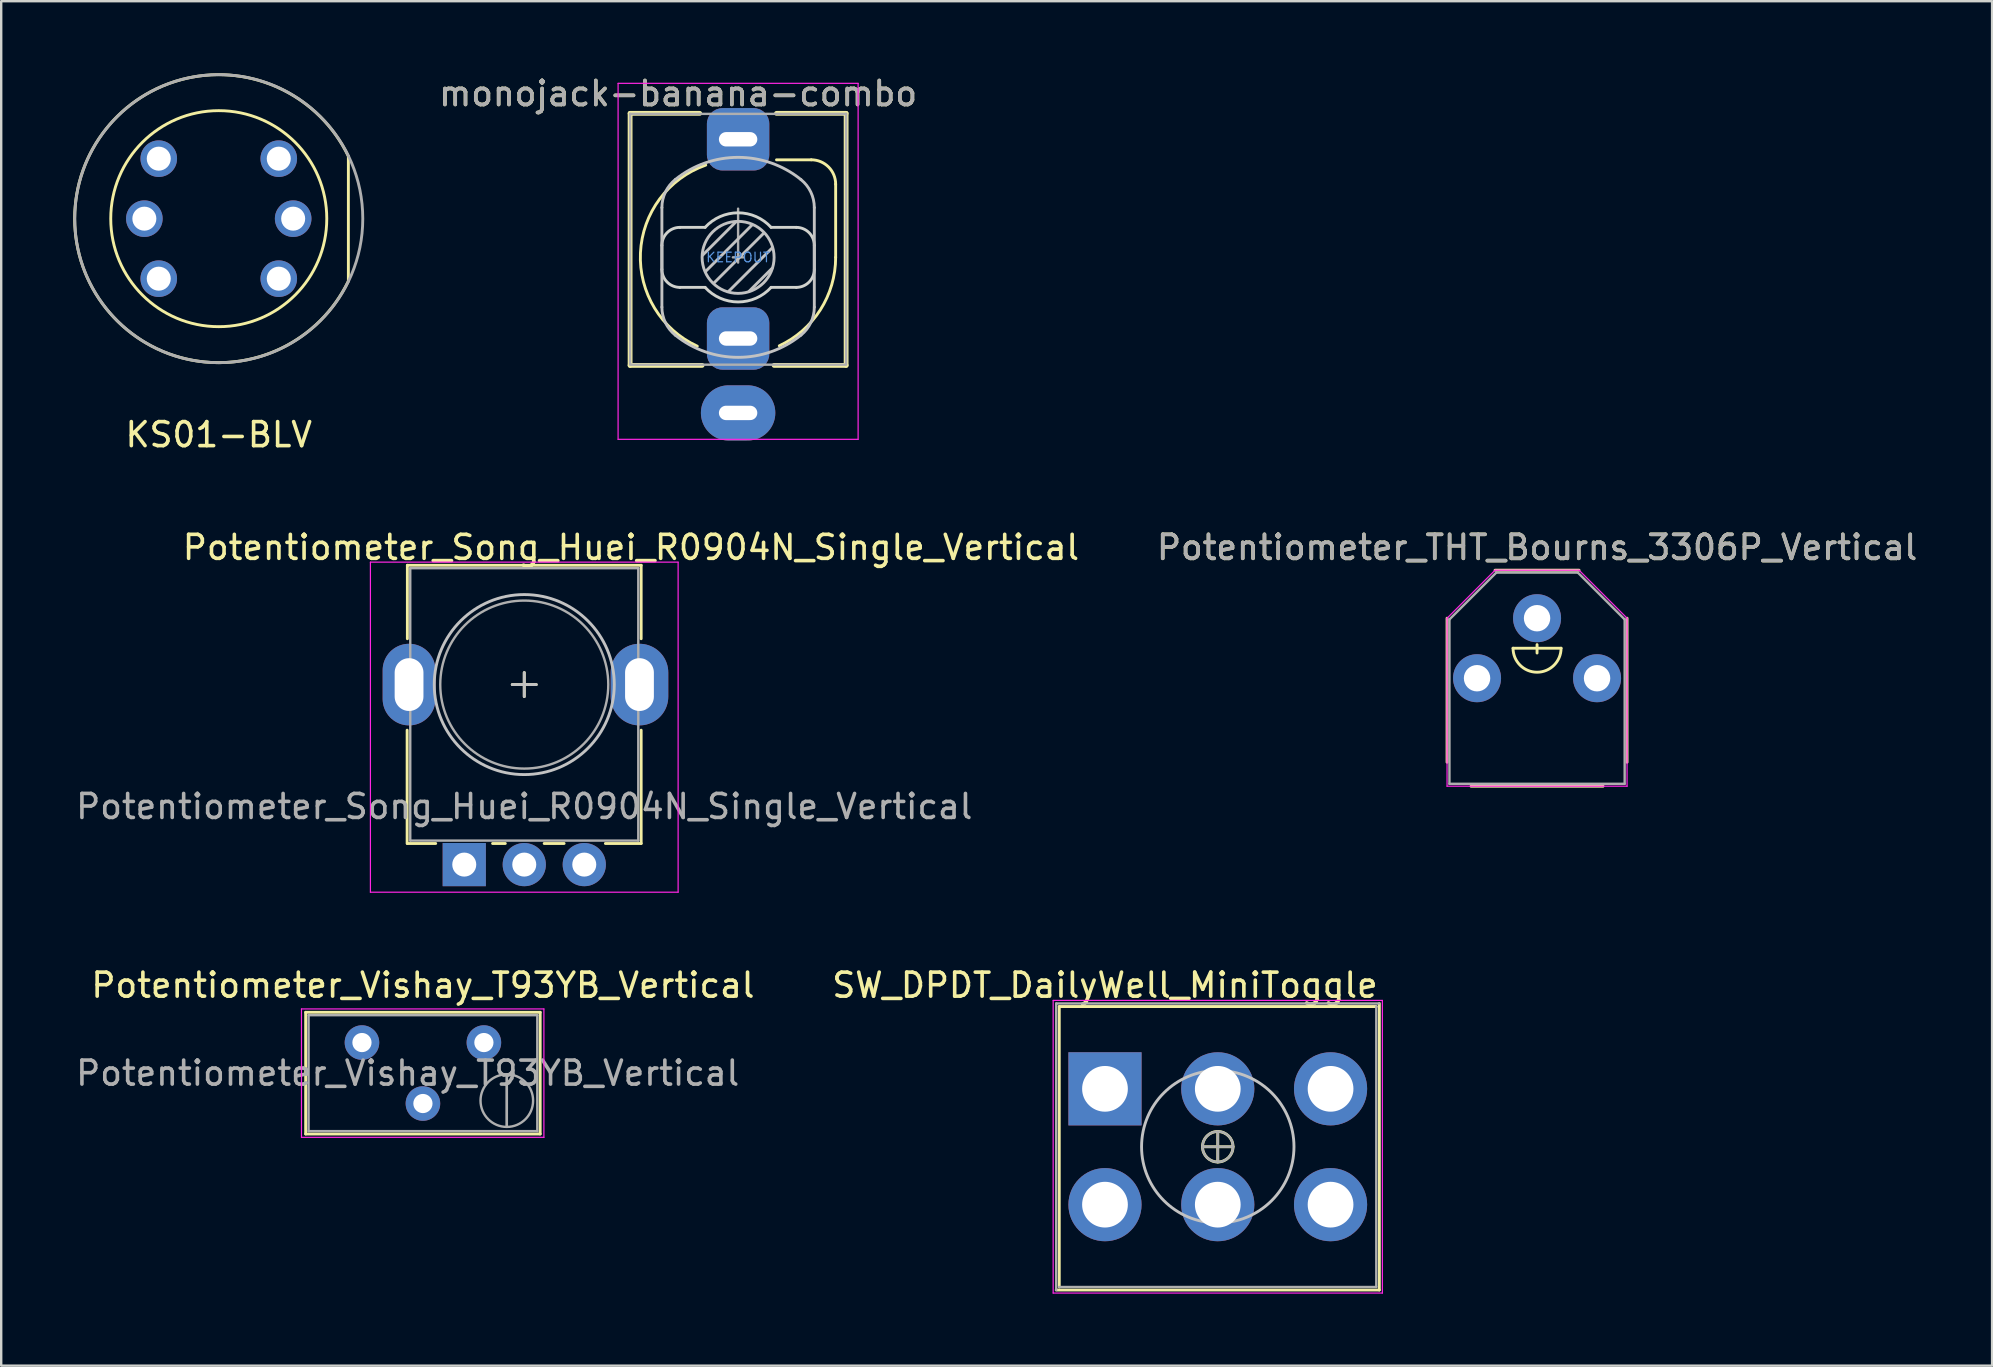
<source format=kicad_pcb>
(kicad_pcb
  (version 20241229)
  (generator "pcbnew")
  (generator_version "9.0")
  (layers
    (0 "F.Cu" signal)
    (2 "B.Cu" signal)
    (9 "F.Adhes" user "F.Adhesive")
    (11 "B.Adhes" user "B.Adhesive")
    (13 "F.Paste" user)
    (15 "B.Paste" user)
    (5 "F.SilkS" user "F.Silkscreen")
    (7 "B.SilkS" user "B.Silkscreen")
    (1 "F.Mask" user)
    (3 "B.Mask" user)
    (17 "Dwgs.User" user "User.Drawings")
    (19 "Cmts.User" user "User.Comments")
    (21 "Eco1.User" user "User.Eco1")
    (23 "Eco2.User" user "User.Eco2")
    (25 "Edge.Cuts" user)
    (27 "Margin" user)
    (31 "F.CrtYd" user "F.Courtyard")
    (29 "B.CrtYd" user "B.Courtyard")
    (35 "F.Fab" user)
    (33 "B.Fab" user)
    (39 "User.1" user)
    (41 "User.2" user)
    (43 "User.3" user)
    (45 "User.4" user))
  (footprint "Potentiometer_THT_Bourns_3306P_Vertical"
    (layer "F.Cu")
    (at 60.987 23.956)
    (property "Reference" "Potentiometer_THT_Bourns_3306P_Vertical" (at 0 -4.2 0) (layer "F.SilkS") (effects (font (size 1 1) (thickness 0.15))))
    (attr through_hole)
    (fp_line (start -3.75 -1.25) (end -3.75 4.75) (stroke (width 0.12) (type solid)) (layer "F.SilkS"))
    (fp_line (start -2.75 5.75) (end 2.75 5.75) (stroke (width 0.12) (type solid)) (layer "F.SilkS"))
    (fp_line (start -1.75 -3.25) (end 1.75 -3.25) (stroke (width 0.12) (type solid)) (layer "F.SilkS"))
    (fp_line (start 0 0.2) (end 0 -0.15) (stroke (width 0.12) (type solid)) (layer "F.SilkS"))
    (fp_line (start 1 0) (end -1 0) (stroke (width 0.12) (type solid)) (layer "F.SilkS"))
    (fp_line (start 3.75 4.75) (end 3.75 -1.25) (stroke (width 0.12) (type solid)) (layer "F.SilkS"))
    (fp_arc (start 1 0) (mid 0 1) (end -1 0) (stroke (width 0.12) (type solid)) (layer "F.SilkS"))
    (fp_line (start -3.75 -1.25) (end -3.75 5.75) (stroke (width 0.05) (type solid)) (layer "F.CrtYd"))
    (fp_line (start -3.75 5.75) (end 3.75 5.75) (stroke (width 0.05) (type solid)) (layer "F.CrtYd"))
    (fp_line (start -1.75 -3.25) (end -3.75 -1.25) (stroke (width 0.05) (type solid)) (layer "F.CrtYd"))
    (fp_line (start -1.75 -3.25) (end 1.75 -3.25) (stroke (width 0.05) (type solid)) (layer "F.CrtYd"))
    (fp_line (start 1.75 -3.25) (end 3.75 -1.25) (stroke (width 0.05) (type solid)) (layer "F.CrtYd"))
    (fp_line (start 3.75 -1.25) (end 3.75 5.75) (stroke (width 0.05) (type solid)) (layer "F.CrtYd"))
    (fp_line (start -3.65 -1.2) (end -1.7 -3.15) (stroke (width 0.1) (type solid)) (layer "F.Fab"))
    (fp_line (start -3.65 5.65) (end -3.65 -1.2) (stroke (width 0.1) (type solid)) (layer "F.Fab"))
    (fp_line (start -1.7 -3.15) (end 1.7 -3.15) (stroke (width 0.1) (type solid)) (layer "F.Fab"))
    (fp_line (start 1.7 -3.15) (end 3.65 -1.2) (stroke (width 0.1) (type solid)) (layer "F.Fab"))
    (fp_line (start 3.65 -1.2) (end 3.65 5.65) (stroke (width 0.1) (type solid)) (layer "F.Fab"))
    (fp_line (start 3.65 5.65) (end -3.65 5.65) (stroke (width 0.1) (type solid)) (layer "F.Fab"))
    (fp_text user "${REFERENCE}" (at 0 -4.2 0) (layer "F.Fab") (effects (font (size 1 1) (thickness 0.15))))
    (pad "1" thru_hole circle (at -2.5 1.25) (size 2 2) (drill 1.1) (layers "*.Cu" "*.Mask"))
    (pad "2" thru_hole circle (at 0 -1.25) (size 2 2) (drill 1.1) (layers "*.Cu" "*.Mask"))
    (pad "3" thru_hole circle (at 2.5 1.25) (size 2 2) (drill 1.1) (layers "*.Cu" "*.Mask")))
  (footprint "Potentiometer_Song_Huei_R0904N_Single_Vertical"
    (layer "F.Cu")
    (at 18.792 25.471)
    (property "Reference" "Potentiometer_Song_Huei_R0904N_Single_Vertical" (at 4.445 -5.715 0) (layer "F.SilkS") (effects (font (size 1 1) (thickness 0.15))))
    (attr through_hole)
    (fp_line (start -4.88 6.62) (end -4.88 1.9) (stroke (width 0.12) (type solid)) (layer "F.SilkS"))
    (fp_line (start -4.87 -1.91) (end -4.87 -4.97) (stroke (width 0.12) (type solid)) (layer "F.SilkS"))
    (fp_line (start -3.69 6.62) (end -4.87 6.62) (stroke (width 0.12) (type solid)) (layer "F.SilkS"))
    (fp_line (start -0.79 6.62) (end -1.32 6.62) (stroke (width 0.12) (type solid)) (layer "F.SilkS"))
    (fp_line (start -0.5 0) (end 0.5 0) (stroke (width 0.12) (type solid)) (layer "F.SilkS"))
    (fp_line (start 0 -0.5) (end 0 0.5) (stroke (width 0.12) (type solid)) (layer "F.SilkS"))
    (fp_line (start 1.66 6.62) (end 0.83 6.62) (stroke (width 0.12) (type solid)) (layer "F.SilkS"))
    (fp_line (start 4.87 -4.97) (end -4.87 -4.97) (stroke (width 0.12) (type solid)) (layer "F.SilkS"))
    (fp_line (start 4.87 -1.91) (end 4.87 -4.97) (stroke (width 0.12) (type solid)) (layer "F.SilkS"))
    (fp_line (start 4.87 6.62) (end 3.38 6.62) (stroke (width 0.12) (type solid)) (layer "F.SilkS"))
    (fp_line (start 4.87 6.62) (end 4.87 1.9) (stroke (width 0.12) (type solid)) (layer "F.SilkS"))
    (fp_line (start -0.5 0) (end 0.5 0) (stroke (width 0.12) (type solid)) (layer "Dwgs.User"))
    (fp_line (start 0 0.5) (end 0 -0.5) (stroke (width 0.12) (type solid)) (layer "Dwgs.User"))
    (fp_circle (center 0 0) (end 3.75 0) (stroke (width 0.12) (type solid)) (fill no) (layer "Dwgs.User"))
    (fp_line (start -6.41 -5.1) (end -6.41 8.65) (stroke (width 0.05) (type solid)) (layer "F.CrtYd"))
    (fp_line (start -6.41 8.65) (end 6.41 8.65) (stroke (width 0.05) (type solid)) (layer "F.CrtYd"))
    (fp_line (start 6.41 -5.1) (end -6.41 -5.1) (stroke (width 0.05) (type solid)) (layer "F.CrtYd"))
    (fp_line (start 6.41 8.65) (end 6.41 -5.1) (stroke (width 0.05) (type solid)) (layer "F.CrtYd"))
    (fp_line (start -4.75 6.5) (end -4.75 -4.85) (stroke (width 0.1) (type solid)) (layer "F.Fab"))
    (fp_line (start 4.75 -4.85) (end -4.75 -4.85) (stroke (width 0.1) (type solid)) (layer "F.Fab"))
    (fp_line (start 4.75 6.5) (end -4.75 6.5) (stroke (width 0.1) (type solid)) (layer "F.Fab"))
    (fp_line (start 4.75 6.5) (end 4.75 -4.85) (stroke (width 0.1) (type solid)) (layer "F.Fab"))
    (fp_circle (center 0 0) (end -3.5 0) (stroke (width 0.1) (type solid)) (fill no) (layer "F.Fab"))
    (fp_text user "${REFERENCE}" (at 0 5.08 180) (layer "F.Fab") (effects (font (size 1 1) (thickness 0.15))))
    (pad "" thru_hole oval (at -4.8 0 180) (size 2.2 3.4) (drill oval 1.2 2.2) (layers "*.Cu" "*.Mask"))
    (pad "" thru_hole oval (at 4.8 0 180) (size 2.4 3.4) (drill oval 1.2 2.2) (layers "*.Cu" "*.Mask"))
    (pad "1" thru_hole rect (at -2.5 7.5 180) (size 1.8 1.8) (drill 1) (layers "*.Cu" "*.Mask"))
    (pad "2" thru_hole circle (at 0 7.5 180) (size 1.8 1.8) (drill 1) (layers "*.Cu" "*.Mask"))
    (pad "3" thru_hole circle (at 2.5 7.5 180) (size 1.8 1.8) (drill 1) (layers "*.Cu" "*.Mask")))
  (footprint "SW_DPDT_DailyWell_MiniToggle"
    (layer "F.Cu")
    (at 47.685 44.726)
    (property "Reference" "SW_DPDT_DailyWell_MiniToggle" (at -4.699 -6.731 0) (layer "F.SilkS") (effects (font (size 1 1) (thickness 0.15))))
    (attr through_hole)
    (fp_line (start -6.604 -5.842) (end 6.604 -5.842) (stroke (width 0.12) (type solid)) (layer "F.SilkS"))
    (fp_line (start -6.604 5.842) (end -6.604 -5.842) (stroke (width 0.12) (type solid)) (layer "F.SilkS"))
    (fp_line (start 0 -0.635) (end 0 0.635) (stroke (width 0.12) (type solid)) (layer "F.SilkS"))
    (fp_line (start 0.635 0) (end -0.635 0) (stroke (width 0.12) (type solid)) (layer "F.SilkS"))
    (fp_line (start 6.731 -5.969) (end 6.731 5.969) (stroke (width 0.12) (type solid)) (layer "F.SilkS"))
    (fp_line (start 6.731 5.969) (end -6.731 5.969) (stroke (width 0.12) (type solid)) (layer "F.SilkS"))
    (fp_circle (center 0 0) (end 0.635 0) (stroke (width 0.12) (type solid)) (fill no) (layer "F.SilkS"))
    (fp_circle (center 0 0) (end 0 3.175) (stroke (width 0.12) (type solid)) (fill no) (layer "Dwgs.User"))
    (fp_line (start -6.858 -6.096) (end -6.858 6.096) (stroke (width 0.05) (type solid)) (layer "F.CrtYd"))
    (fp_line (start -6.858 6.096) (end 6.858 6.096) (stroke (width 0.05) (type solid)) (layer "F.CrtYd"))
    (fp_line (start 6.858 -6.096) (end -6.858 -6.096) (stroke (width 0.05) (type solid)) (layer "F.CrtYd"))
    (fp_line (start 6.858 6.096) (end 6.858 -6.096) (stroke (width 0.05) (type solid)) (layer "F.CrtYd"))
    (fp_line (start -6.731 -5.969) (end 6.731 -5.969) (stroke (width 0.1) (type solid)) (layer "F.Fab"))
    (fp_line (start -6.731 5.969) (end -6.731 -5.969) (stroke (width 0.1) (type solid)) (layer "F.Fab"))
    (fp_line (start 0 -0.635) (end 0 0.635) (stroke (width 0.1) (type solid)) (layer "F.Fab"))
    (fp_line (start 0.635 0) (end -0.635 0) (stroke (width 0.1) (type solid)) (layer "F.Fab"))
    (fp_line (start 6.604 -5.842) (end 6.604 5.842) (stroke (width 0.1) (type solid)) (layer "F.Fab"))
    (fp_line (start 6.604 5.842) (end -6.604 5.842) (stroke (width 0.1) (type solid)) (layer "F.Fab"))
    (fp_circle (center 0 0) (end 0.635 0) (stroke (width 0.1) (type solid)) (fill no) (layer "F.Fab"))
    (pad "1" thru_hole rect (at -4.699 -2.413) (size 3.048 3.048) (drill 1.905) (layers "*.Cu" "*.Mask"))
    (pad "2" thru_hole circle (at 0 -2.413) (size 3.048 3.048) (drill 1.905) (layers "*.Cu" "*.Mask"))
    (pad "3" thru_hole circle (at 4.699 -2.413) (size 3.048 3.048) (drill 1.905) (layers "*.Cu" "*.Mask"))
    (pad "4" thru_hole circle (at -4.699 2.413) (size 3.048 3.048) (drill 1.905) (layers "*.Cu" "*.Mask"))
    (pad "5" thru_hole circle (at 0 2.413) (size 3.048 3.048) (drill 1.905) (layers "*.Cu" "*.Mask"))
    (pad "6" thru_hole circle (at 4.699 2.413) (size 3.048 3.048) (drill 1.905) (layers "*.Cu" "*.Mask")))
  (footprint "monojack-banana-combo"
    (layer "F.Cu")
    (at 27.701 7.673)
    (property "Reference" "monojack-banana-combo" (at -2.5 -6.825 0) (layer "F.SilkS") (effects (font (size 1 1) (thickness 0.15))))
    (attr through_hole)
    (fp_line (start -4.5 -6) (end -1.6 -6) (stroke (width 0.2) (type solid)) (layer "F.SilkS"))
    (fp_line (start -4.5 4.5) (end -4.5 -6) (stroke (width 0.2) (type solid)) (layer "F.SilkS"))
    (fp_line (start -4.5 4.5) (end -1.5 4.5) (stroke (width 0.2) (type solid)) (layer "F.SilkS"))
    (fp_line (start 1.5 4.5) (end 4.5 4.5) (stroke (width 0.2) (type solid)) (layer "F.SilkS"))
    (fp_line (start 1.6 -6) (end 4.5 -6) (stroke (width 0.2) (type solid)) (layer "F.SilkS"))
    (fp_line (start 1.6 -4.065) (end 3.048 -4.065) (stroke (width 0.12) (type solid)) (layer "F.SilkS"))
    (fp_line (start 4.064 -3.049) (end 4.064 -0.001) (stroke (width 0.12) (type solid)) (layer "F.SilkS"))
    (fp_line (start 4.5 4.5) (end 4.5 -6) (stroke (width 0.2) (type solid)) (layer "F.SilkS"))
    (fp_arc (start -1.7 3.7) (mid -4.068579 -0.191011) (end -1.348134 -3.844681) (stroke (width 0.12) (type solid)) (layer "F.SilkS"))
    (fp_arc (start 3.048 -4.06526) (mid 3.76642 -3.76768) (end 4.064 -3.04926) (stroke (width 0.12) (type solid)) (layer "F.SilkS"))
    (fp_arc (start 4.064 -0.00126) (mid 3.427384 2.183835) (end 1.715843 3.684017) (stroke (width 0.12) (type solid)) (layer "F.SilkS"))
    (fp_line (start -3.175 -2.074) (end -3.175 2.072) (stroke (width 0.12) (type solid)) (layer "Dwgs.User"))
    (fp_line (start -0.09 -1.48) (end -1.48 -0.09) (stroke (width 0.12) (type solid)) (layer "Dwgs.User"))
    (fp_line (start 0.58 -1.35) (end -1.36 0.59) (stroke (width 0.12) (type solid)) (layer "Dwgs.User"))
    (fp_line (start 1.07 -1.01) (end -1.01 1.07) (stroke (width 0.12) (type solid)) (layer "Dwgs.User"))
    (fp_line (start 1.41 0.46) (end 0.46 1.41) (stroke (width 0.12) (type solid)) (layer "Dwgs.User"))
    (fp_line (start 1.42 -0.395) (end -0.4 1.42) (stroke (width 0.12) (type solid)) (layer "Dwgs.User"))
    (fp_line (start 3.175 2.072) (end 3.175 -2.074) (stroke (width 0.12) (type solid)) (layer "Dwgs.User"))
    (fp_arc (start -3.175 -2.074262) (mid -3.0288 -2.720907) (end -2.618 -3.241262) (stroke (width 0.12) (type solid)) (layer "Dwgs.User"))
    (fp_arc (start -2.618002 -3.241262) (mid 0 -4.167059) (end 2.618002 -3.241262) (stroke (width 0.12) (type solid)) (layer "Dwgs.User"))
    (fp_arc (start -2.618 3.238741) (mid -3.028799 2.718387) (end -3.174999 2.071742) (stroke (width 0.12) (type solid)) (layer "Dwgs.User"))
    (fp_arc (start 2.618 -3.241261) (mid 3.028805 -2.720908) (end 3.174999 -2.074262) (stroke (width 0.12) (type solid)) (layer "Dwgs.User"))
    (fp_arc (start 2.618002 3.238742) (mid 0 4.164539) (end -2.618002 3.238742) (stroke (width 0.12) (type solid)) (layer "Dwgs.User"))
    (fp_arc (start 3.175 2.071742) (mid 3.028799 2.718387) (end 2.618 3.238742) (stroke (width 0.12) (type solid)) (layer "Dwgs.User"))
    (fp_circle (center 0 0) (end -1.5 0) (stroke (width 0.12) (type solid)) (fill no) (layer "Dwgs.User"))
    (fp_line (start -3.175 0.5) (end -3.175 -0.5) (stroke (width 0.12) (type solid)) (layer "Edge.Cuts"))
    (fp_line (start -2.425 -1.25) (end -1.375 -1.25) (stroke (width 0.12) (type solid)) (layer "Edge.Cuts"))
    (fp_line (start -2.425 1.25) (end -1.375 1.25) (stroke (width 0.12) (type solid)) (layer "Edge.Cuts"))
    (fp_line (start 1.375 -1.25) (end 2.425 -1.25) (stroke (width 0.12) (type solid)) (layer "Edge.Cuts"))
    (fp_line (start 1.375 1.25) (end 2.425 1.25) (stroke (width 0.12) (type solid)) (layer "Edge.Cuts"))
    (fp_line (start 3.175 -0.5) (end 3.175 0.5) (stroke (width 0.12) (type solid)) (layer "Edge.Cuts"))
    (fp_arc (start -3.175 -0.5) (mid -2.95533 -1.03033) (end -2.425 -1.25) (stroke (width 0.12) (type solid)) (layer "Edge.Cuts"))
    (fp_arc (start -2.425 1.25) (mid -2.95533 1.03033) (end -3.175 0.5) (stroke (width 0.12) (type solid)) (layer "Edge.Cuts"))
    (fp_arc (start -1.375 -1.25) (mid 0 -1.856877) (end 1.375 -1.25) (stroke (width 0.12) (type solid)) (layer "Edge.Cuts"))
    (fp_arc (start 1.375 1.25) (mid 0 1.856877) (end -1.375 1.25) (stroke (width 0.12) (type solid)) (layer "Edge.Cuts"))
    (fp_arc (start 2.425 -1.25) (mid 2.95533 -1.03033) (end 3.175 -0.5) (stroke (width 0.12) (type solid)) (layer "Edge.Cuts"))
    (fp_arc (start 3.175 0.5) (mid 2.95533 1.03033) (end 2.425 1.25) (stroke (width 0.12) (type solid)) (layer "Edge.Cuts"))
    (fp_line (start -5 -7.25) (end -5 7.58) (stroke (width 0.05) (type solid)) (layer "F.CrtYd"))
    (fp_line (start -5 -7.25) (end 5 -7.25) (stroke (width 0.05) (type solid)) (layer "F.CrtYd"))
    (fp_line (start -5 7.58) (end 5 7.58) (stroke (width 0.05) (type solid)) (layer "F.CrtYd"))
    (fp_line (start 5 -7.25) (end 5 7.58) (stroke (width 0.05) (type solid)) (layer "F.CrtYd"))
    (fp_line (start -4.5 -5.98) (end -4.5 4.42) (stroke (width 0.1) (type solid)) (layer "F.Fab"))
    (fp_line (start -4.5 -5.98) (end 4.5 -5.98) (stroke (width 0.1) (type solid)) (layer "F.Fab"))
    (fp_line (start -4.5 4.47) (end 4.5 4.47) (stroke (width 0.1) (type solid)) (layer "F.Fab"))
    (fp_line (start -0.218 -0.001) (end 0.218 -0.001) (stroke (width 0.1) (type solid)) (layer "F.Fab"))
    (fp_line (start 0 0) (end 0 -2.03) (stroke (width 0.1) (type solid)) (layer "F.Fab"))
    (fp_line (start 0 0.217) (end 0 -0.219) (stroke (width 0.1) (type solid)) (layer "F.Fab"))
    (fp_line (start 4.5 -5.98) (end 4.5 4.42) (stroke (width 0.1) (type solid)) (layer "F.Fab"))
    (fp_text user "KEEPOUT" (at 0 0 180) (layer "Cmts.User") (effects (font (size 0.4 0.4) (thickness 0.051))))
    (fp_text user "${REFERENCE}" (at -2.5 -6.825 0) (layer "F.Fab") (effects (font (size 1 1) (thickness 0.15))))
    (pad "S" thru_hole oval (at 0 6.48) (size 3.1 2.3) (drill oval 1.6 0.6) (layers "*.Cu" "*.Mask"))
    (pad "T" thru_hole roundrect (at 0 -4.92) (size 2.6 2.6) (drill oval 1.6 0.6) (layers "*.Cu" "*.Mask") (roundrect_rratio 0.25))
    (pad "TN" thru_hole roundrect (at 0 3.38) (size 2.6 2.6) (drill oval 1.6 0.6) (layers "*.Cu" "*.Mask") (roundrect_rratio 0.25)))
  (footprint "Potentiometer_Vishay_T93YB_Vertical"
    (layer "F.Cu")
    (at 17.11 40.385)
    (property "Reference" "Potentiometer_Vishay_T93YB_Vertical" (at -2.54 -2.39 0) (layer "F.SilkS") (effects (font (size 1 1) (thickness 0.15))))
    (attr through_hole)
    (fp_line (start -7.425 -1.26) (end -7.425 3.81) (stroke (width 0.12) (type solid)) (layer "F.SilkS"))
    (fp_line (start -7.425 -1.26) (end 2.345 -1.26) (stroke (width 0.12) (type solid)) (layer "F.SilkS"))
    (fp_line (start -7.425 3.81) (end 2.345 3.81) (stroke (width 0.12) (type solid)) (layer "F.SilkS"))
    (fp_line (start 2.345 -1.26) (end 2.345 3.81) (stroke (width 0.12) (type solid)) (layer "F.SilkS"))
    (fp_line (start -7.6 -1.4) (end -7.6 3.95) (stroke (width 0.05) (type solid)) (layer "F.CrtYd"))
    (fp_line (start -7.6 3.95) (end 2.5 3.95) (stroke (width 0.05) (type solid)) (layer "F.CrtYd"))
    (fp_line (start 2.5 -1.4) (end -7.6 -1.4) (stroke (width 0.05) (type solid)) (layer "F.CrtYd"))
    (fp_line (start 2.5 3.95) (end 2.5 -1.4) (stroke (width 0.05) (type solid)) (layer "F.CrtYd"))
    (fp_line (start -7.305 -1.14) (end -7.305 3.69) (stroke (width 0.1) (type solid)) (layer "F.Fab"))
    (fp_line (start -7.305 3.69) (end 2.225 3.69) (stroke (width 0.1) (type solid)) (layer "F.Fab"))
    (fp_line (start 0.955 3.505) (end 0.956 1.336) (stroke (width 0.1) (type solid)) (layer "F.Fab"))
    (fp_line (start 0.955 3.505) (end 0.956 1.336) (stroke (width 0.1) (type solid)) (layer "F.Fab"))
    (fp_line (start 2.225 -1.14) (end -7.305 -1.14) (stroke (width 0.1) (type solid)) (layer "F.Fab"))
    (fp_line (start 2.225 3.69) (end 2.225 -1.14) (stroke (width 0.1) (type solid)) (layer "F.Fab"))
    (fp_circle (center 0.955 2.42) (end 2.05 2.42) (stroke (width 0.1) (type solid)) (fill no) (layer "F.Fab"))
    (fp_text user "${REFERENCE}" (at -3.175 1.275 0) (layer "F.Fab") (effects (font (size 1 1) (thickness 0.15))))
    (pad "1" thru_hole circle (at 0 0) (size 1.44 1.44) (drill 0.8) (layers "*.Cu" "*.Mask"))
    (pad "2" thru_hole circle (at -2.54 2.54) (size 1.44 1.44) (drill 0.8) (layers "*.Cu" "*.Mask"))
    (pad "3" thru_hole circle (at -5.08 0) (size 1.44 1.44) (drill 0.8) (layers "*.Cu" "*.Mask")))
  (footprint "KS01-BLV"
    (layer "F.Cu")
    (at 6.064 6.06)
    (property "Reference" "KS01-BLV" (at 0 9 0) (unlocked yes) (layer "F.SilkS") (effects (font (size 1 1) (thickness 0.15))))
    (attr through_hole)
    (fp_line (start 5.4 2.6) (end 5.4 -2.6) (stroke (width 0.12) (type solid)) (layer "F.SilkS"))
    (fp_arc (start 5.4 2.6) (mid -6.00362 0) (end 5.4 -2.6) (stroke (width 0.12) (type solid)) (layer "F.SilkS"))
    (fp_circle (center 0 0) (end 4.5 0) (stroke (width 0.12) (type solid)) (fill no) (layer "F.SilkS"))
    (fp_circle (center 0 0) (end 6 0) (stroke (width 0.12) (type solid)) (fill no) (layer "F.Fab"))
    (pad "1" thru_hole circle (at -2.5 -2.5) (size 1.524 1.524) (drill 1) (layers "*.Cu" "*.Mask"))
    (pad "2" thru_hole circle (at 2.5 -2.5) (size 1.524 1.524) (drill 1) (layers "*.Cu" "*.Mask"))
    (pad "3" thru_hole circle (at -2.5 2.5) (size 1.524 1.524) (drill 1) (layers "*.Cu" "*.Mask"))
    (pad "4" thru_hole circle (at 2.5 2.5) (size 1.524 1.524) (drill 1) (layers "*.Cu" "*.Mask"))
    (pad "5" thru_hole circle (at -3.1 0) (size 1.524 1.524) (drill 1) (layers "*.Cu" "*.Mask"))
    (pad "6" thru_hole circle (at 3.1 0) (size 1.524 1.524) (drill 1) (layers "*.Cu" "*.Mask")))
  (gr_rect
    (start -3 -3)
    (end 79.945 53.847)
    (stroke (width 0.1) (type default))
    (fill no)
    (layer "Edge.Cuts")))
</source>
